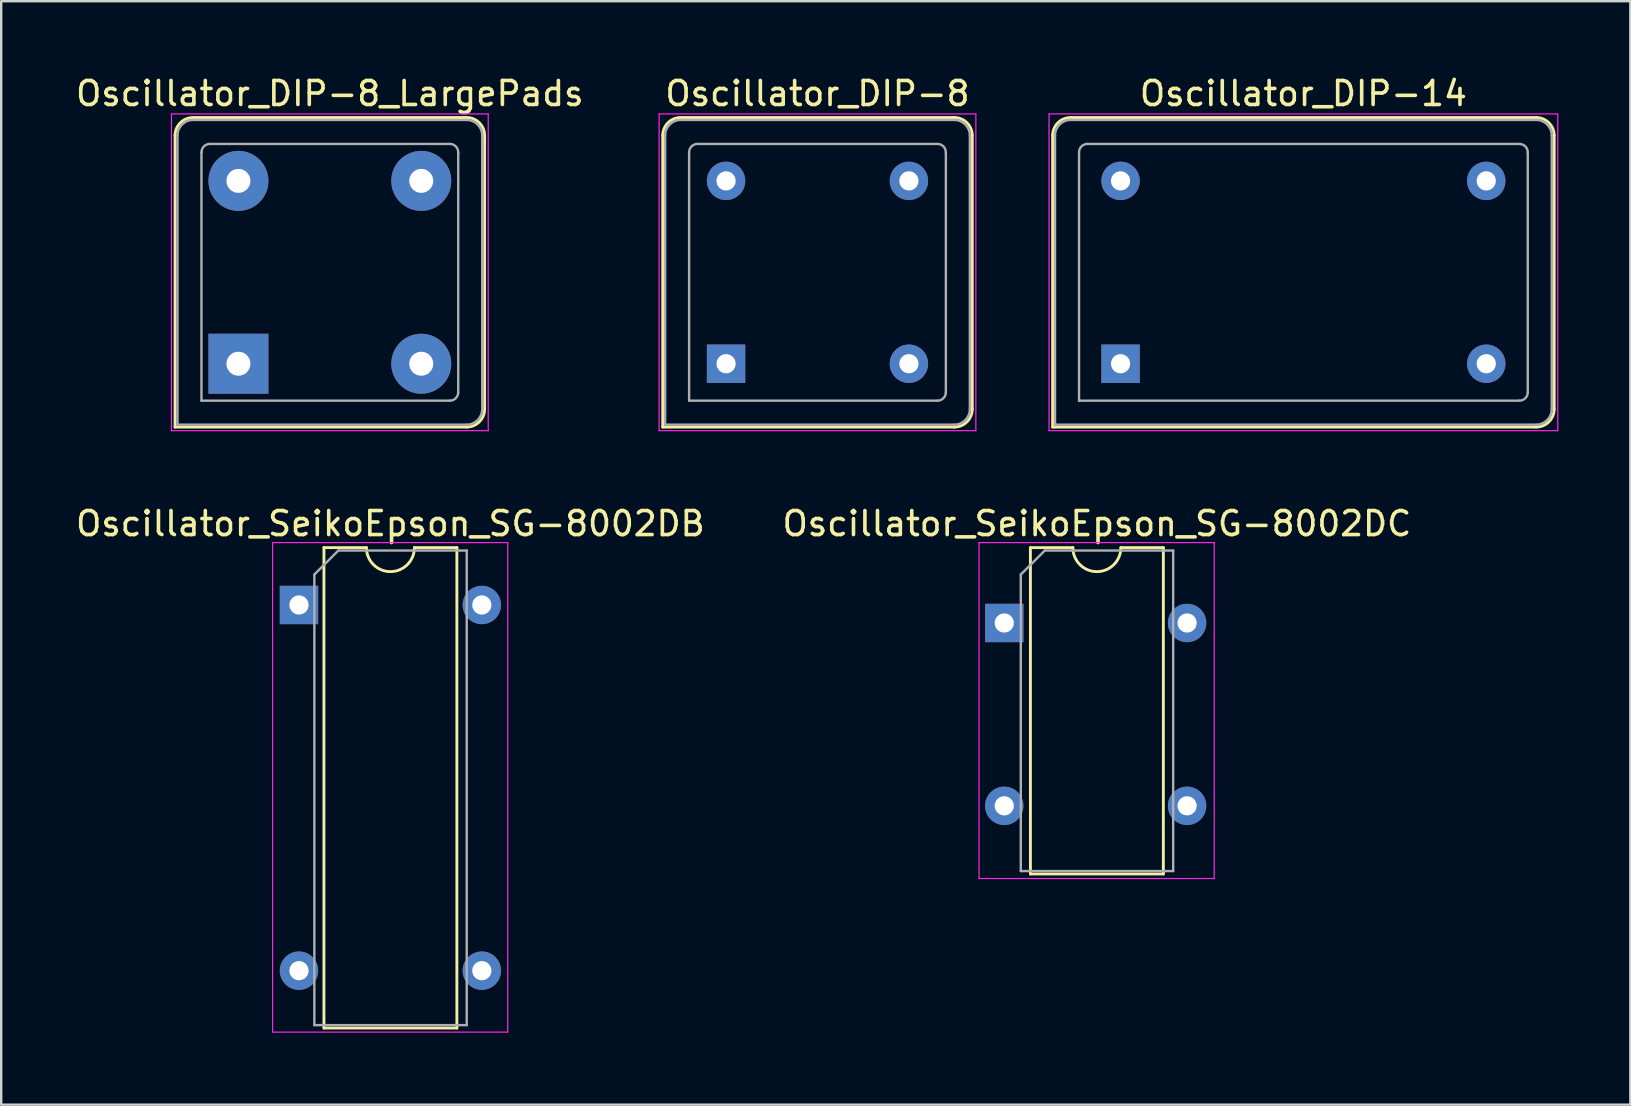
<source format=kicad_pcb>
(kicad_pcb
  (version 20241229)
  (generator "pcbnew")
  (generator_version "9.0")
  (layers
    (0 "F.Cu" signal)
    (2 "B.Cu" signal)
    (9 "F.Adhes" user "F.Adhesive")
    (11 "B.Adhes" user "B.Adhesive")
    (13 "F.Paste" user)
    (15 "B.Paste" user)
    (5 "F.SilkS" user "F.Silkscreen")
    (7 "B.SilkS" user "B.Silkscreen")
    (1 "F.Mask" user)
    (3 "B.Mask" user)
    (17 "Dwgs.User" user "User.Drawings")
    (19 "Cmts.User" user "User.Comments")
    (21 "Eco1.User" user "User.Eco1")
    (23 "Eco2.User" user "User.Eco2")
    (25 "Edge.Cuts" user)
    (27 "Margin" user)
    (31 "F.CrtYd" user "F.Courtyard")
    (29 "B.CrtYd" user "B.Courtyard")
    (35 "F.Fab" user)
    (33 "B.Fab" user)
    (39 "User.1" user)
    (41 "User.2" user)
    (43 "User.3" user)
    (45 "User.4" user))
  (footprint "Oscillator_SeikoEpson_SG-8002DC"
    (layer "F.Cu")
    (at 38.801 22.912)
    (property "Reference" "Oscillator_SeikoEpson_SG-8002DC" (at 3.86 -4.14 0) (layer "F.SilkS") (effects (font (size 1 1) (thickness 0.15))))
    (attr through_hole)
    (fp_line (start 1.09 -3.14) (end 1.09 10.46) (stroke (width 0.12) (type solid)) (layer "F.SilkS"))
    (fp_line (start 1.09 10.46) (end 6.63 10.46) (stroke (width 0.12) (type solid)) (layer "F.SilkS"))
    (fp_line (start 2.86 -3.14) (end 1.09 -3.14) (stroke (width 0.12) (type solid)) (layer "F.SilkS"))
    (fp_line (start 6.63 -3.14) (end 4.86 -3.14) (stroke (width 0.12) (type solid)) (layer "F.SilkS"))
    (fp_line (start 6.63 10.46) (end 6.63 -3.14) (stroke (width 0.12) (type solid)) (layer "F.SilkS"))
    (fp_arc (start 4.86 -3.14) (mid 3.86 -2.14) (end 2.86 -3.14) (stroke (width 0.12) (type solid)) (layer "F.SilkS"))
    (fp_line (start -1.05 -3.35) (end -1.05 10.65) (stroke (width 0.05) (type solid)) (layer "F.CrtYd"))
    (fp_line (start -1.05 10.65) (end 8.75 10.65) (stroke (width 0.05) (type solid)) (layer "F.CrtYd"))
    (fp_line (start 8.75 -3.35) (end -1.05 -3.35) (stroke (width 0.05) (type solid)) (layer "F.CrtYd"))
    (fp_line (start 8.75 10.65) (end 8.75 -3.35) (stroke (width 0.05) (type solid)) (layer "F.CrtYd"))
    (fp_line (start 0.69 -2.02) (end 1.69 -3.02) (stroke (width 0.1) (type solid)) (layer "F.Fab"))
    (fp_line (start 0.69 10.34) (end 0.69 -2.02) (stroke (width 0.1) (type solid)) (layer "F.Fab"))
    (fp_line (start 1.69 -3.02) (end 7.04 -3.02) (stroke (width 0.1) (type solid)) (layer "F.Fab"))
    (fp_line (start 7.04 -3.02) (end 7.04 10.34) (stroke (width 0.1) (type solid)) (layer "F.Fab"))
    (fp_line (start 7.04 10.34) (end 0.69 10.34) (stroke (width 0.1) (type solid)) (layer "F.Fab"))
    (pad "1" thru_hole rect (at 0 0) (size 1.6 1.6) (drill 0.8) (layers "*.Cu" "*.Mask"))
    (pad "4" thru_hole oval (at 0 7.62) (size 1.6 1.6) (drill 0.8) (layers "*.Cu" "*.Mask"))
    (pad "5" thru_hole oval (at 7.62 7.62) (size 1.6 1.6) (drill 0.8) (layers "*.Cu" "*.Mask"))
    (pad "8" thru_hole oval (at 7.62 0) (size 1.6 1.6) (drill 0.8) (layers "*.Cu" "*.Mask")))
  (footprint "Oscillator_DIP-8_LargePads"
    (layer "F.Cu")
    (at 6.886 12.108)
    (property "Reference" "Oscillator_DIP-8_LargePads" (at 3.81 -11.26 0) (layer "F.SilkS") (effects (font (size 1 1) (thickness 0.15))))
    (attr through_hole)
    (fp_line (start -2.64 -9.51) (end -2.64 2.64) (stroke (width 0.12) (type solid)) (layer "F.SilkS"))
    (fp_line (start -2.64 2.64) (end 9.51 2.64) (stroke (width 0.12) (type solid)) (layer "F.SilkS"))
    (fp_line (start 9.51 -10.26) (end -1.89 -10.26) (stroke (width 0.12) (type solid)) (layer "F.SilkS"))
    (fp_line (start 10.26 1.89) (end 10.26 -9.51) (stroke (width 0.12) (type solid)) (layer "F.SilkS"))
    (fp_arc (start -2.64 -9.51) (mid -2.42033 -10.04033) (end -1.89 -10.26) (stroke (width 0.12) (type solid)) (layer "F.SilkS"))
    (fp_arc (start 9.51 -10.26) (mid 10.04033 -10.04033) (end 10.26 -9.51) (stroke (width 0.12) (type solid)) (layer "F.SilkS"))
    (fp_arc (start 10.26 1.89) (mid 10.04033 2.42033) (end 9.51 2.64) (stroke (width 0.12) (type solid)) (layer "F.SilkS"))
    (fp_line (start -2.79 -10.41) (end -2.79 2.79) (stroke (width 0.05) (type solid)) (layer "F.CrtYd"))
    (fp_line (start -2.79 2.79) (end 10.41 2.79) (stroke (width 0.05) (type solid)) (layer "F.CrtYd"))
    (fp_line (start 10.41 -10.41) (end -2.79 -10.41) (stroke (width 0.05) (type solid)) (layer "F.CrtYd"))
    (fp_line (start 10.41 2.79) (end 10.41 -10.41) (stroke (width 0.05) (type solid)) (layer "F.CrtYd"))
    (fp_line (start -2.54 2.54) (end -2.54 -9.51) (stroke (width 0.1) (type solid)) (layer "F.Fab"))
    (fp_line (start -2.54 2.54) (end 9.51 2.54) (stroke (width 0.1) (type solid)) (layer "F.Fab"))
    (fp_line (start -1.89 -10.16) (end 9.51 -10.16) (stroke (width 0.1) (type solid)) (layer "F.Fab"))
    (fp_line (start -1.54 1.54) (end -1.54 -8.81) (stroke (width 0.1) (type solid)) (layer "F.Fab"))
    (fp_line (start -1.54 1.54) (end 8.81 1.54) (stroke (width 0.1) (type solid)) (layer "F.Fab"))
    (fp_line (start -1.19 -9.16) (end 8.81 -9.16) (stroke (width 0.1) (type solid)) (layer "F.Fab"))
    (fp_line (start 9.16 1.19) (end 9.16 -8.81) (stroke (width 0.1) (type solid)) (layer "F.Fab"))
    (fp_line (start 10.16 -9.51) (end 10.16 1.89) (stroke (width 0.1) (type solid)) (layer "F.Fab"))
    (fp_arc (start -2.54 -9.51) (mid -2.349619 -9.969619) (end -1.89 -10.16) (stroke (width 0.1) (type solid)) (layer "F.Fab"))
    (fp_arc (start -1.54 -8.81) (mid -1.437487 -9.057487) (end -1.19 -9.16) (stroke (width 0.1) (type solid)) (layer "F.Fab"))
    (fp_arc (start 8.81 -9.16) (mid 9.057487 -9.057487) (end 9.16 -8.81) (stroke (width 0.1) (type solid)) (layer "F.Fab"))
    (fp_arc (start 9.16 1.19) (mid 9.057487 1.437487) (end 8.81 1.54) (stroke (width 0.1) (type solid)) (layer "F.Fab"))
    (fp_arc (start 9.51 -10.16) (mid 9.969619 -9.969619) (end 10.16 -9.51) (stroke (width 0.1) (type solid)) (layer "F.Fab"))
    (fp_arc (start 10.16 1.89) (mid 9.969619 2.349619) (end 9.51 2.54) (stroke (width 0.1) (type solid)) (layer "F.Fab"))
    (pad "1" thru_hole rect (at 0 0) (size 2.5 2.5) (drill 1) (layers "*.Cu" "*.Mask"))
    (pad "4" thru_hole circle (at 7.62 0) (size 2.5 2.5) (drill 1) (layers "*.Cu" "*.Mask"))
    (pad "5" thru_hole circle (at 7.62 -7.62) (size 2.5 2.5) (drill 1) (layers "*.Cu" "*.Mask"))
    (pad "8" thru_hole circle (at 0 -7.62) (size 2.5 2.5) (drill 1) (layers "*.Cu" "*.Mask")))
  (footprint "Oscillator_SeikoEpson_SG-8002DB"
    (layer "F.Cu")
    (at 9.41 22.162)
    (property "Reference" "Oscillator_SeikoEpson_SG-8002DB" (at 3.81 -3.39 0) (layer "F.SilkS") (effects (font (size 1 1) (thickness 0.15))))
    (attr through_hole)
    (fp_line (start 1.04 -2.39) (end 1.04 17.63) (stroke (width 0.12) (type solid)) (layer "F.SilkS"))
    (fp_line (start 1.04 17.63) (end 6.58 17.63) (stroke (width 0.12) (type solid)) (layer "F.SilkS"))
    (fp_line (start 2.81 -2.39) (end 1.04 -2.39) (stroke (width 0.12) (type solid)) (layer "F.SilkS"))
    (fp_line (start 6.58 -2.39) (end 4.81 -2.39) (stroke (width 0.12) (type solid)) (layer "F.SilkS"))
    (fp_line (start 6.58 17.63) (end 6.58 -2.39) (stroke (width 0.12) (type solid)) (layer "F.SilkS"))
    (fp_arc (start 4.81 -2.39) (mid 3.81 -1.39) (end 2.81 -2.39) (stroke (width 0.12) (type solid)) (layer "F.SilkS"))
    (fp_line (start -1.1 -2.6) (end -1.1 17.8) (stroke (width 0.05) (type solid)) (layer "F.CrtYd"))
    (fp_line (start -1.1 17.8) (end 8.7 17.8) (stroke (width 0.05) (type solid)) (layer "F.CrtYd"))
    (fp_line (start 8.7 -2.6) (end -1.1 -2.6) (stroke (width 0.05) (type solid)) (layer "F.CrtYd"))
    (fp_line (start 8.7 17.8) (end 8.7 -2.6) (stroke (width 0.05) (type solid)) (layer "F.CrtYd"))
    (fp_line (start 0.64 -1.27) (end 1.64 -2.27) (stroke (width 0.1) (type solid)) (layer "F.Fab"))
    (fp_line (start 0.64 17.51) (end 0.64 -1.27) (stroke (width 0.1) (type solid)) (layer "F.Fab"))
    (fp_line (start 1.64 -2.27) (end 6.99 -2.27) (stroke (width 0.1) (type solid)) (layer "F.Fab"))
    (fp_line (start 6.99 -2.27) (end 6.99 17.51) (stroke (width 0.1) (type solid)) (layer "F.Fab"))
    (fp_line (start 6.99 17.51) (end 0.64 17.51) (stroke (width 0.1) (type solid)) (layer "F.Fab"))
    (pad "1" thru_hole rect (at 0 0) (size 1.6 1.6) (drill 0.8) (layers "*.Cu" "*.Mask"))
    (pad "7" thru_hole oval (at 0 15.24) (size 1.6 1.6) (drill 0.8) (layers "*.Cu" "*.Mask"))
    (pad "8" thru_hole oval (at 7.62 15.24) (size 1.6 1.6) (drill 0.8) (layers "*.Cu" "*.Mask"))
    (pad "14" thru_hole oval (at 7.62 0) (size 1.6 1.6) (drill 0.8) (layers "*.Cu" "*.Mask")))
  (footprint "Oscillator_DIP-14"
    (layer "F.Cu")
    (at 43.648 12.108)
    (property "Reference" "Oscillator_DIP-14" (at 7.62 -11.26 0) (layer "F.SilkS") (effects (font (size 1 1) (thickness 0.15))))
    (attr through_hole)
    (fp_line (start -2.83 -9.51) (end -2.83 2.64) (stroke (width 0.12) (type solid)) (layer "F.SilkS"))
    (fp_line (start -2.83 2.64) (end 17.32 2.64) (stroke (width 0.12) (type solid)) (layer "F.SilkS"))
    (fp_line (start 17.32 -10.26) (end -2.08 -10.26) (stroke (width 0.12) (type solid)) (layer "F.SilkS"))
    (fp_line (start 18.07 1.89) (end 18.07 -9.51) (stroke (width 0.12) (type solid)) (layer "F.SilkS"))
    (fp_arc (start -2.83 -9.51) (mid -2.61033 -10.04033) (end -2.08 -10.26) (stroke (width 0.12) (type solid)) (layer "F.SilkS"))
    (fp_arc (start 17.32 -10.26) (mid 17.85033 -10.04033) (end 18.07 -9.51) (stroke (width 0.12) (type solid)) (layer "F.SilkS"))
    (fp_arc (start 18.07 1.89) (mid 17.85033 2.42033) (end 17.32 2.64) (stroke (width 0.12) (type solid)) (layer "F.SilkS"))
    (fp_line (start -2.98 -10.41) (end -2.98 2.79) (stroke (width 0.05) (type solid)) (layer "F.CrtYd"))
    (fp_line (start -2.98 2.79) (end 18.22 2.79) (stroke (width 0.05) (type solid)) (layer "F.CrtYd"))
    (fp_line (start 18.22 -10.41) (end -2.98 -10.41) (stroke (width 0.05) (type solid)) (layer "F.CrtYd"))
    (fp_line (start 18.22 2.79) (end 18.22 -10.41) (stroke (width 0.05) (type solid)) (layer "F.CrtYd"))
    (fp_line (start -2.73 2.54) (end -2.73 -9.51) (stroke (width 0.1) (type solid)) (layer "F.Fab"))
    (fp_line (start -2.73 2.54) (end 17.32 2.54) (stroke (width 0.1) (type solid)) (layer "F.Fab"))
    (fp_line (start -2.08 -10.16) (end 17.32 -10.16) (stroke (width 0.1) (type solid)) (layer "F.Fab"))
    (fp_line (start -1.73 1.54) (end -1.73 -8.81) (stroke (width 0.1) (type solid)) (layer "F.Fab"))
    (fp_line (start -1.73 1.54) (end 16.62 1.54) (stroke (width 0.1) (type solid)) (layer "F.Fab"))
    (fp_line (start -1.38 -9.16) (end 16.62 -9.16) (stroke (width 0.1) (type solid)) (layer "F.Fab"))
    (fp_line (start 16.97 1.19) (end 16.97 -8.81) (stroke (width 0.1) (type solid)) (layer "F.Fab"))
    (fp_line (start 17.97 -9.51) (end 17.97 1.89) (stroke (width 0.1) (type solid)) (layer "F.Fab"))
    (fp_arc (start -2.73 -9.51) (mid -2.539619 -9.969619) (end -2.08 -10.16) (stroke (width 0.1) (type solid)) (layer "F.Fab"))
    (fp_arc (start -1.73 -8.81) (mid -1.627487 -9.057487) (end -1.38 -9.16) (stroke (width 0.1) (type solid)) (layer "F.Fab"))
    (fp_arc (start 16.62 -9.16) (mid 16.867487 -9.057487) (end 16.97 -8.81) (stroke (width 0.1) (type solid)) (layer "F.Fab"))
    (fp_arc (start 16.97 1.19) (mid 16.867487 1.437487) (end 16.62 1.54) (stroke (width 0.1) (type solid)) (layer "F.Fab"))
    (fp_arc (start 17.32 -10.16) (mid 17.779619 -9.969619) (end 17.97 -9.51) (stroke (width 0.1) (type solid)) (layer "F.Fab"))
    (fp_arc (start 17.97 1.89) (mid 17.779619 2.349619) (end 17.32 2.54) (stroke (width 0.1) (type solid)) (layer "F.Fab"))
    (pad "1" thru_hole rect (at 0 0) (size 1.6 1.6) (drill 0.8) (layers "*.Cu" "*.Mask"))
    (pad "7" thru_hole circle (at 15.24 0) (size 1.6 1.6) (drill 0.8) (layers "*.Cu" "*.Mask"))
    (pad "8" thru_hole circle (at 15.24 -7.62) (size 1.6 1.6) (drill 0.8) (layers "*.Cu" "*.Mask"))
    (pad "14" thru_hole circle (at 0 -7.62) (size 1.6 1.6) (drill 0.8) (layers "*.Cu" "*.Mask")))
  (footprint "Oscillator_DIP-8"
    (layer "F.Cu")
    (at 27.208 12.108)
    (property "Reference" "Oscillator_DIP-8" (at 3.81 -11.26 0) (layer "F.SilkS") (effects (font (size 1 1) (thickness 0.15))))
    (attr through_hole)
    (fp_line (start -2.64 -9.51) (end -2.64 2.64) (stroke (width 0.12) (type solid)) (layer "F.SilkS"))
    (fp_line (start -2.64 2.64) (end 9.51 2.64) (stroke (width 0.12) (type solid)) (layer "F.SilkS"))
    (fp_line (start 9.51 -10.26) (end -1.89 -10.26) (stroke (width 0.12) (type solid)) (layer "F.SilkS"))
    (fp_line (start 10.26 1.89) (end 10.26 -9.51) (stroke (width 0.12) (type solid)) (layer "F.SilkS"))
    (fp_arc (start -2.64 -9.51) (mid -2.42033 -10.04033) (end -1.89 -10.26) (stroke (width 0.12) (type solid)) (layer "F.SilkS"))
    (fp_arc (start 9.51 -10.26) (mid 10.04033 -10.04033) (end 10.26 -9.51) (stroke (width 0.12) (type solid)) (layer "F.SilkS"))
    (fp_arc (start 10.26 1.89) (mid 10.04033 2.42033) (end 9.51 2.64) (stroke (width 0.12) (type solid)) (layer "F.SilkS"))
    (fp_line (start -2.79 -10.41) (end -2.79 2.79) (stroke (width 0.05) (type solid)) (layer "F.CrtYd"))
    (fp_line (start -2.79 2.79) (end 10.41 2.79) (stroke (width 0.05) (type solid)) (layer "F.CrtYd"))
    (fp_line (start 10.41 -10.41) (end -2.79 -10.41) (stroke (width 0.05) (type solid)) (layer "F.CrtYd"))
    (fp_line (start 10.41 2.79) (end 10.41 -10.41) (stroke (width 0.05) (type solid)) (layer "F.CrtYd"))
    (fp_line (start -2.54 2.54) (end -2.54 -9.51) (stroke (width 0.1) (type solid)) (layer "F.Fab"))
    (fp_line (start -2.54 2.54) (end 9.51 2.54) (stroke (width 0.1) (type solid)) (layer "F.Fab"))
    (fp_line (start -1.89 -10.16) (end 9.51 -10.16) (stroke (width 0.1) (type solid)) (layer "F.Fab"))
    (fp_line (start -1.54 1.54) (end -1.54 -8.81) (stroke (width 0.1) (type solid)) (layer "F.Fab"))
    (fp_line (start -1.54 1.54) (end 8.81 1.54) (stroke (width 0.1) (type solid)) (layer "F.Fab"))
    (fp_line (start -1.19 -9.16) (end 8.81 -9.16) (stroke (width 0.1) (type solid)) (layer "F.Fab"))
    (fp_line (start 9.16 1.19) (end 9.16 -8.81) (stroke (width 0.1) (type solid)) (layer "F.Fab"))
    (fp_line (start 10.16 -9.51) (end 10.16 1.89) (stroke (width 0.1) (type solid)) (layer "F.Fab"))
    (fp_arc (start -2.54 -9.51) (mid -2.349619 -9.969619) (end -1.89 -10.16) (stroke (width 0.1) (type solid)) (layer "F.Fab"))
    (fp_arc (start -1.54 -8.81) (mid -1.437487 -9.057487) (end -1.19 -9.16) (stroke (width 0.1) (type solid)) (layer "F.Fab"))
    (fp_arc (start 8.81 -9.16) (mid 9.057487 -9.057487) (end 9.16 -8.81) (stroke (width 0.1) (type solid)) (layer "F.Fab"))
    (fp_arc (start 9.16 1.19) (mid 9.057487 1.437487) (end 8.81 1.54) (stroke (width 0.1) (type solid)) (layer "F.Fab"))
    (fp_arc (start 9.51 -10.16) (mid 9.969619 -9.969619) (end 10.16 -9.51) (stroke (width 0.1) (type solid)) (layer "F.Fab"))
    (fp_arc (start 10.16 1.89) (mid 9.969619 2.349619) (end 9.51 2.54) (stroke (width 0.1) (type solid)) (layer "F.Fab"))
    (pad "1" thru_hole rect (at 0 0) (size 1.6 1.6) (drill 0.8) (layers "*.Cu" "*.Mask"))
    (pad "4" thru_hole circle (at 7.62 0) (size 1.6 1.6) (drill 0.8) (layers "*.Cu" "*.Mask"))
    (pad "5" thru_hole circle (at 7.62 -7.62) (size 1.6 1.6) (drill 0.8) (layers "*.Cu" "*.Mask"))
    (pad "8" thru_hole circle (at 0 -7.62) (size 1.6 1.6) (drill 0.8) (layers "*.Cu" "*.Mask")))
  (gr_rect
    (start -3 -3)
    (end 64.893 42.986)
    (stroke (width 0.1) (type default))
    (fill no)
    (layer "Edge.Cuts")))
</source>
